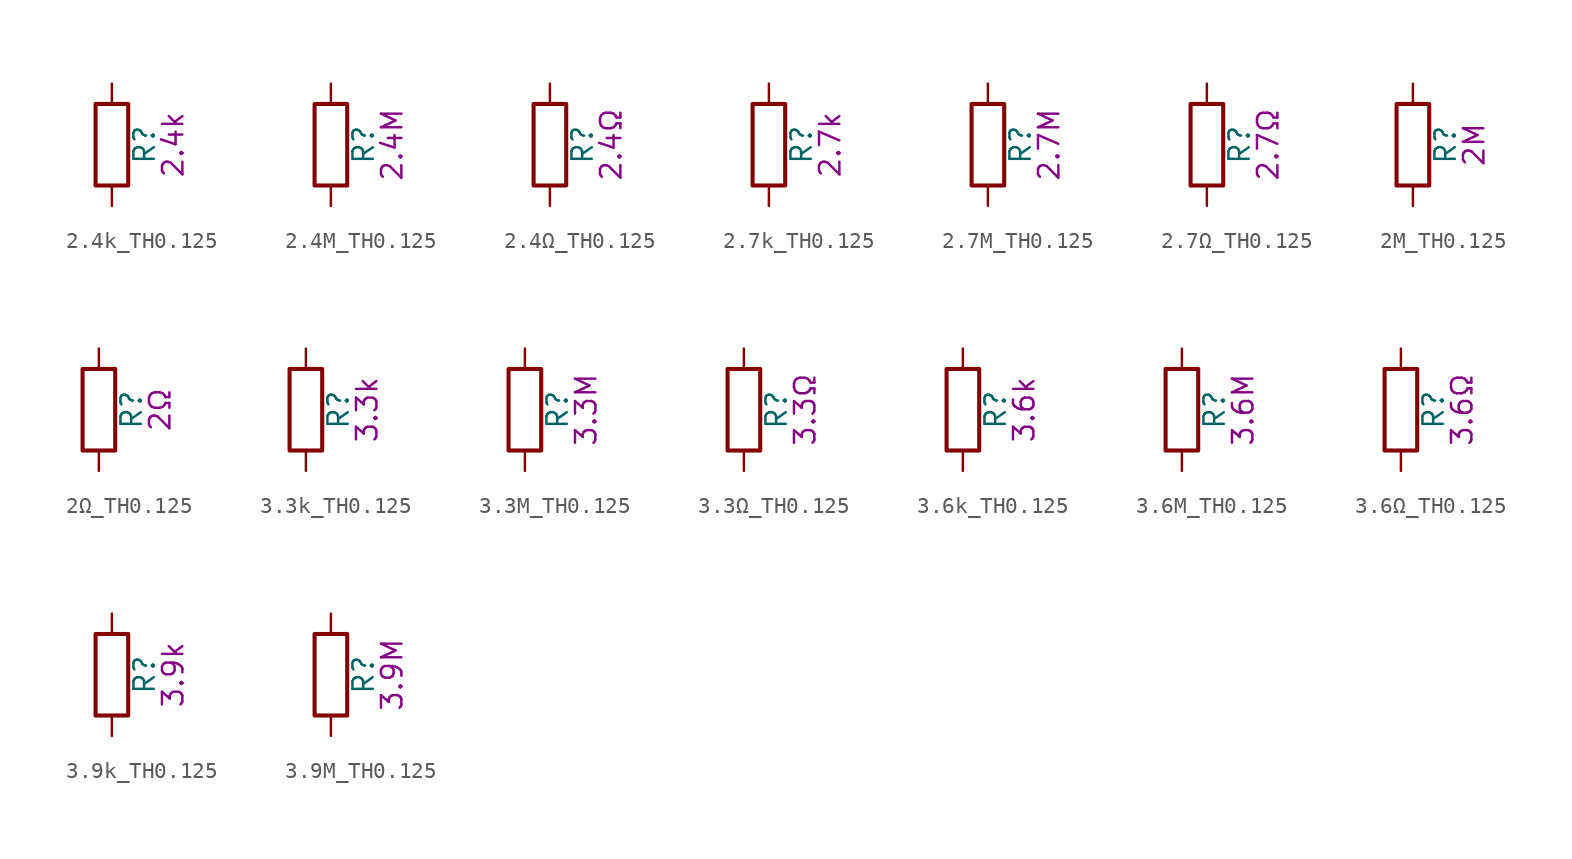
<source format=kicad_sym>
(kicad_symbol_lib
  (version 20211014)
  (generator kicad_symbol_editor)
  (symbol "2.4k_TH0.125"
    (pin_numbers hide)
    (pin_names
      (offset 0))
    (property "Reference" "R"
      (at 2.032 0 90)
      (effects (font (size 1.27 1.27))))
    (property "Display" "2.4k"
      (at 3.81 0 90)
      (effects (font (size 1.27 1.27))))
    (symbol "2.4k_TH0.125_0_1"
      (rectangle (start -1.016 -2.54) (end 1.016 2.54) (stroke (width 0.254) (type default) (color 0 0 0 0)) (fill (type none))))
    (symbol "2.4k_TH0.125_1_1"
      (pin passive line (at 0 3.81 270) (length 1.27) (name "~" (effects (font (size 1.27 1.27)))) (number "1" (effects (font (size 1.27 1.27)))))
      (pin passive line (at 0 -3.81 90) (length 1.27) (name "~" (effects (font (size 1.27 1.27)))) (number "2" (effects (font (size 1.27 1.27)))))))
  (symbol "2.4M_TH0.125"
    (pin_numbers hide)
    (pin_names
      (offset 0))
    (property "Reference" "R"
      (at 2.032 0 90)
      (effects (font (size 1.27 1.27))))
    (property "Display" "2.4M"
      (at 3.81 0 90)
      (effects (font (size 1.27 1.27))))
    (symbol "2.4M_TH0.125_0_1"
      (rectangle (start -1.016 -2.54) (end 1.016 2.54) (stroke (width 0.254) (type default) (color 0 0 0 0)) (fill (type none))))
    (symbol "2.4M_TH0.125_1_1"
      (pin passive line (at 0 3.81 270) (length 1.27) (name "~" (effects (font (size 1.27 1.27)))) (number "1" (effects (font (size 1.27 1.27)))))
      (pin passive line (at 0 -3.81 90) (length 1.27) (name "~" (effects (font (size 1.27 1.27)))) (number "2" (effects (font (size 1.27 1.27)))))))
  (symbol "2.4Ω_TH0.125"
    (pin_numbers hide)
    (pin_names
      (offset 0))
    (property "Reference" "R"
      (at 2.032 0 90)
      (effects (font (size 1.27 1.27))))
    (property "Display" "2.4Ω"
      (at 3.81 0 90)
      (effects (font (size 1.27 1.27))))
    (symbol "2.4Ω_TH0.125_0_1"
      (rectangle (start -1.016 -2.54) (end 1.016 2.54) (stroke (width 0.254) (type default) (color 0 0 0 0)) (fill (type none))))
    (symbol "2.4Ω_TH0.125_1_1"
      (pin passive line (at 0 3.81 270) (length 1.27) (name "~" (effects (font (size 1.27 1.27)))) (number "1" (effects (font (size 1.27 1.27)))))
      (pin passive line (at 0 -3.81 90) (length 1.27) (name "~" (effects (font (size 1.27 1.27)))) (number "2" (effects (font (size 1.27 1.27)))))))
  (symbol "2.7k_TH0.125"
    (pin_numbers hide)
    (pin_names
      (offset 0))
    (property "Reference" "R"
      (at 2.032 0 90)
      (effects (font (size 1.27 1.27))))
    (property "Display" "2.7k"
      (at 3.81 0 90)
      (effects (font (size 1.27 1.27))))
    (symbol "2.7k_TH0.125_0_1"
      (rectangle (start -1.016 -2.54) (end 1.016 2.54) (stroke (width 0.254) (type default) (color 0 0 0 0)) (fill (type none))))
    (symbol "2.7k_TH0.125_1_1"
      (pin passive line (at 0 3.81 270) (length 1.27) (name "~" (effects (font (size 1.27 1.27)))) (number "1" (effects (font (size 1.27 1.27)))))
      (pin passive line (at 0 -3.81 90) (length 1.27) (name "~" (effects (font (size 1.27 1.27)))) (number "2" (effects (font (size 1.27 1.27)))))))
  (symbol "2.7M_TH0.125"
    (pin_numbers hide)
    (pin_names
      (offset 0))
    (property "Reference" "R"
      (at 2.032 0 90)
      (effects (font (size 1.27 1.27))))
    (property "Display" "2.7M"
      (at 3.81 0 90)
      (effects (font (size 1.27 1.27))))
    (symbol "2.7M_TH0.125_0_1"
      (rectangle (start -1.016 -2.54) (end 1.016 2.54) (stroke (width 0.254) (type default) (color 0 0 0 0)) (fill (type none))))
    (symbol "2.7M_TH0.125_1_1"
      (pin passive line (at 0 3.81 270) (length 1.27) (name "~" (effects (font (size 1.27 1.27)))) (number "1" (effects (font (size 1.27 1.27)))))
      (pin passive line (at 0 -3.81 90) (length 1.27) (name "~" (effects (font (size 1.27 1.27)))) (number "2" (effects (font (size 1.27 1.27)))))))
  (symbol "2.7Ω_TH0.125"
    (pin_numbers hide)
    (pin_names
      (offset 0))
    (property "Reference" "R"
      (at 2.032 0 90)
      (effects (font (size 1.27 1.27))))
    (property "Display" "2.7Ω"
      (at 3.81 0 90)
      (effects (font (size 1.27 1.27))))
    (symbol "2.7Ω_TH0.125_0_1"
      (rectangle (start -1.016 -2.54) (end 1.016 2.54) (stroke (width 0.254) (type default) (color 0 0 0 0)) (fill (type none))))
    (symbol "2.7Ω_TH0.125_1_1"
      (pin passive line (at 0 3.81 270) (length 1.27) (name "~" (effects (font (size 1.27 1.27)))) (number "1" (effects (font (size 1.27 1.27)))))
      (pin passive line (at 0 -3.81 90) (length 1.27) (name "~" (effects (font (size 1.27 1.27)))) (number "2" (effects (font (size 1.27 1.27)))))))
  (symbol "2M_TH0.125"
    (pin_numbers hide)
    (pin_names
      (offset 0))
    (property "Reference" "R"
      (at 2.032 0 90)
      (effects (font (size 1.27 1.27))))
    (property "Display" "2M"
      (at 3.81 0 90)
      (effects (font (size 1.27 1.27))))
    (symbol "2M_TH0.125_0_1"
      (rectangle (start -1.016 -2.54) (end 1.016 2.54) (stroke (width 0.254) (type default) (color 0 0 0 0)) (fill (type none))))
    (symbol "2M_TH0.125_1_1"
      (pin passive line (at 0 3.81 270) (length 1.27) (name "~" (effects (font (size 1.27 1.27)))) (number "1" (effects (font (size 1.27 1.27)))))
      (pin passive line (at 0 -3.81 90) (length 1.27) (name "~" (effects (font (size 1.27 1.27)))) (number "2" (effects (font (size 1.27 1.27)))))))
  (symbol "2Ω_TH0.125"
    (pin_numbers hide)
    (pin_names
      (offset 0))
    (property "Reference" "R"
      (at 2.032 0 90)
      (effects (font (size 1.27 1.27))))
    (property "Display" "2Ω"
      (at 3.81 0 90)
      (effects (font (size 1.27 1.27))))
    (symbol "2Ω_TH0.125_0_1"
      (rectangle (start -1.016 -2.54) (end 1.016 2.54) (stroke (width 0.254) (type default) (color 0 0 0 0)) (fill (type none))))
    (symbol "2Ω_TH0.125_1_1"
      (pin passive line (at 0 3.81 270) (length 1.27) (name "~" (effects (font (size 1.27 1.27)))) (number "1" (effects (font (size 1.27 1.27)))))
      (pin passive line (at 0 -3.81 90) (length 1.27) (name "~" (effects (font (size 1.27 1.27)))) (number "2" (effects (font (size 1.27 1.27)))))))
  (symbol "3.3k_TH0.125"
    (pin_numbers hide)
    (pin_names
      (offset 0))
    (property "Reference" "R"
      (at 2.032 0 90)
      (effects (font (size 1.27 1.27))))
    (property "Display" "3.3k"
      (at 3.81 0 90)
      (effects (font (size 1.27 1.27))))
    (symbol "3.3k_TH0.125_0_1"
      (rectangle (start -1.016 -2.54) (end 1.016 2.54) (stroke (width 0.254) (type default) (color 0 0 0 0)) (fill (type none))))
    (symbol "3.3k_TH0.125_1_1"
      (pin passive line (at 0 3.81 270) (length 1.27) (name "~" (effects (font (size 1.27 1.27)))) (number "1" (effects (font (size 1.27 1.27)))))
      (pin passive line (at 0 -3.81 90) (length 1.27) (name "~" (effects (font (size 1.27 1.27)))) (number "2" (effects (font (size 1.27 1.27)))))))
  (symbol "3.3M_TH0.125"
    (pin_numbers hide)
    (pin_names
      (offset 0))
    (property "Reference" "R"
      (at 2.032 0 90)
      (effects (font (size 1.27 1.27))))
    (property "Display" "3.3M"
      (at 3.81 0 90)
      (effects (font (size 1.27 1.27))))
    (symbol "3.3M_TH0.125_0_1"
      (rectangle (start -1.016 -2.54) (end 1.016 2.54) (stroke (width 0.254) (type default) (color 0 0 0 0)) (fill (type none))))
    (symbol "3.3M_TH0.125_1_1"
      (pin passive line (at 0 3.81 270) (length 1.27) (name "~" (effects (font (size 1.27 1.27)))) (number "1" (effects (font (size 1.27 1.27)))))
      (pin passive line (at 0 -3.81 90) (length 1.27) (name "~" (effects (font (size 1.27 1.27)))) (number "2" (effects (font (size 1.27 1.27)))))))
  (symbol "3.3Ω_TH0.125"
    (pin_numbers hide)
    (pin_names
      (offset 0))
    (property "Reference" "R"
      (at 2.032 0 90)
      (effects (font (size 1.27 1.27))))
    (property "Display" "3.3Ω"
      (at 3.81 0 90)
      (effects (font (size 1.27 1.27))))
    (symbol "3.3Ω_TH0.125_0_1"
      (rectangle (start -1.016 -2.54) (end 1.016 2.54) (stroke (width 0.254) (type default) (color 0 0 0 0)) (fill (type none))))
    (symbol "3.3Ω_TH0.125_1_1"
      (pin passive line (at 0 3.81 270) (length 1.27) (name "~" (effects (font (size 1.27 1.27)))) (number "1" (effects (font (size 1.27 1.27)))))
      (pin passive line (at 0 -3.81 90) (length 1.27) (name "~" (effects (font (size 1.27 1.27)))) (number "2" (effects (font (size 1.27 1.27)))))))
  (symbol "3.6k_TH0.125"
    (pin_numbers hide)
    (pin_names
      (offset 0))
    (property "Reference" "R"
      (at 2.032 0 90)
      (effects (font (size 1.27 1.27))))
    (property "Display" "3.6k"
      (at 3.81 0 90)
      (effects (font (size 1.27 1.27))))
    (symbol "3.6k_TH0.125_0_1"
      (rectangle (start -1.016 -2.54) (end 1.016 2.54) (stroke (width 0.254) (type default) (color 0 0 0 0)) (fill (type none))))
    (symbol "3.6k_TH0.125_1_1"
      (pin passive line (at 0 3.81 270) (length 1.27) (name "~" (effects (font (size 1.27 1.27)))) (number "1" (effects (font (size 1.27 1.27)))))
      (pin passive line (at 0 -3.81 90) (length 1.27) (name "~" (effects (font (size 1.27 1.27)))) (number "2" (effects (font (size 1.27 1.27)))))))
  (symbol "3.6M_TH0.125"
    (pin_numbers hide)
    (pin_names
      (offset 0))
    (property "Reference" "R"
      (at 2.032 0 90)
      (effects (font (size 1.27 1.27))))
    (property "Display" "3.6M"
      (at 3.81 0 90)
      (effects (font (size 1.27 1.27))))
    (symbol "3.6M_TH0.125_0_1"
      (rectangle (start -1.016 -2.54) (end 1.016 2.54) (stroke (width 0.254) (type default) (color 0 0 0 0)) (fill (type none))))
    (symbol "3.6M_TH0.125_1_1"
      (pin passive line (at 0 3.81 270) (length 1.27) (name "~" (effects (font (size 1.27 1.27)))) (number "1" (effects (font (size 1.27 1.27)))))
      (pin passive line (at 0 -3.81 90) (length 1.27) (name "~" (effects (font (size 1.27 1.27)))) (number "2" (effects (font (size 1.27 1.27)))))))
  (symbol "3.6Ω_TH0.125"
    (pin_numbers hide)
    (pin_names
      (offset 0))
    (property "Reference" "R"
      (at 2.032 0 90)
      (effects (font (size 1.27 1.27))))
    (property "Display" "3.6Ω"
      (at 3.81 0 90)
      (effects (font (size 1.27 1.27))))
    (symbol "3.6Ω_TH0.125_0_1"
      (rectangle (start -1.016 -2.54) (end 1.016 2.54) (stroke (width 0.254) (type default) (color 0 0 0 0)) (fill (type none))))
    (symbol "3.6Ω_TH0.125_1_1"
      (pin passive line (at 0 3.81 270) (length 1.27) (name "~" (effects (font (size 1.27 1.27)))) (number "1" (effects (font (size 1.27 1.27)))))
      (pin passive line (at 0 -3.81 90) (length 1.27) (name "~" (effects (font (size 1.27 1.27)))) (number "2" (effects (font (size 1.27 1.27)))))))
  (symbol "3.9k_TH0.125"
    (pin_numbers hide)
    (pin_names
      (offset 0))
    (property "Reference" "R"
      (at 2.032 0 90)
      (effects (font (size 1.27 1.27))))
    (property "Display" "3.9k"
      (at 3.81 0 90)
      (effects (font (size 1.27 1.27))))
    (symbol "3.9k_TH0.125_0_1"
      (rectangle (start -1.016 -2.54) (end 1.016 2.54) (stroke (width 0.254) (type default) (color 0 0 0 0)) (fill (type none))))
    (symbol "3.9k_TH0.125_1_1"
      (pin passive line (at 0 3.81 270) (length 1.27) (name "~" (effects (font (size 1.27 1.27)))) (number "1" (effects (font (size 1.27 1.27)))))
      (pin passive line (at 0 -3.81 90) (length 1.27) (name "~" (effects (font (size 1.27 1.27)))) (number "2" (effects (font (size 1.27 1.27)))))))
  (symbol "3.9M_TH0.125"
    (pin_numbers hide)
    (pin_names
      (offset 0))
    (property "Reference" "R"
      (at 2.032 0 90)
      (effects (font (size 1.27 1.27))))
    (property "Display" "3.9M"
      (at 3.81 0 90)
      (effects (font (size 1.27 1.27))))
    (symbol "3.9M_TH0.125_0_1"
      (rectangle (start -1.016 -2.54) (end 1.016 2.54) (stroke (width 0.254) (type default) (color 0 0 0 0)) (fill (type none))))
    (symbol "3.9M_TH0.125_1_1"
      (pin passive line (at 0 3.81 270) (length 1.27) (name "~" (effects (font (size 1.27 1.27)))) (number "1" (effects (font (size 1.27 1.27)))))
      (pin passive line (at 0 -3.81 90) (length 1.27) (name "~" (effects (font (size 1.27 1.27)))) (number "2" (effects (font (size 1.27 1.27))))))))
</source>
